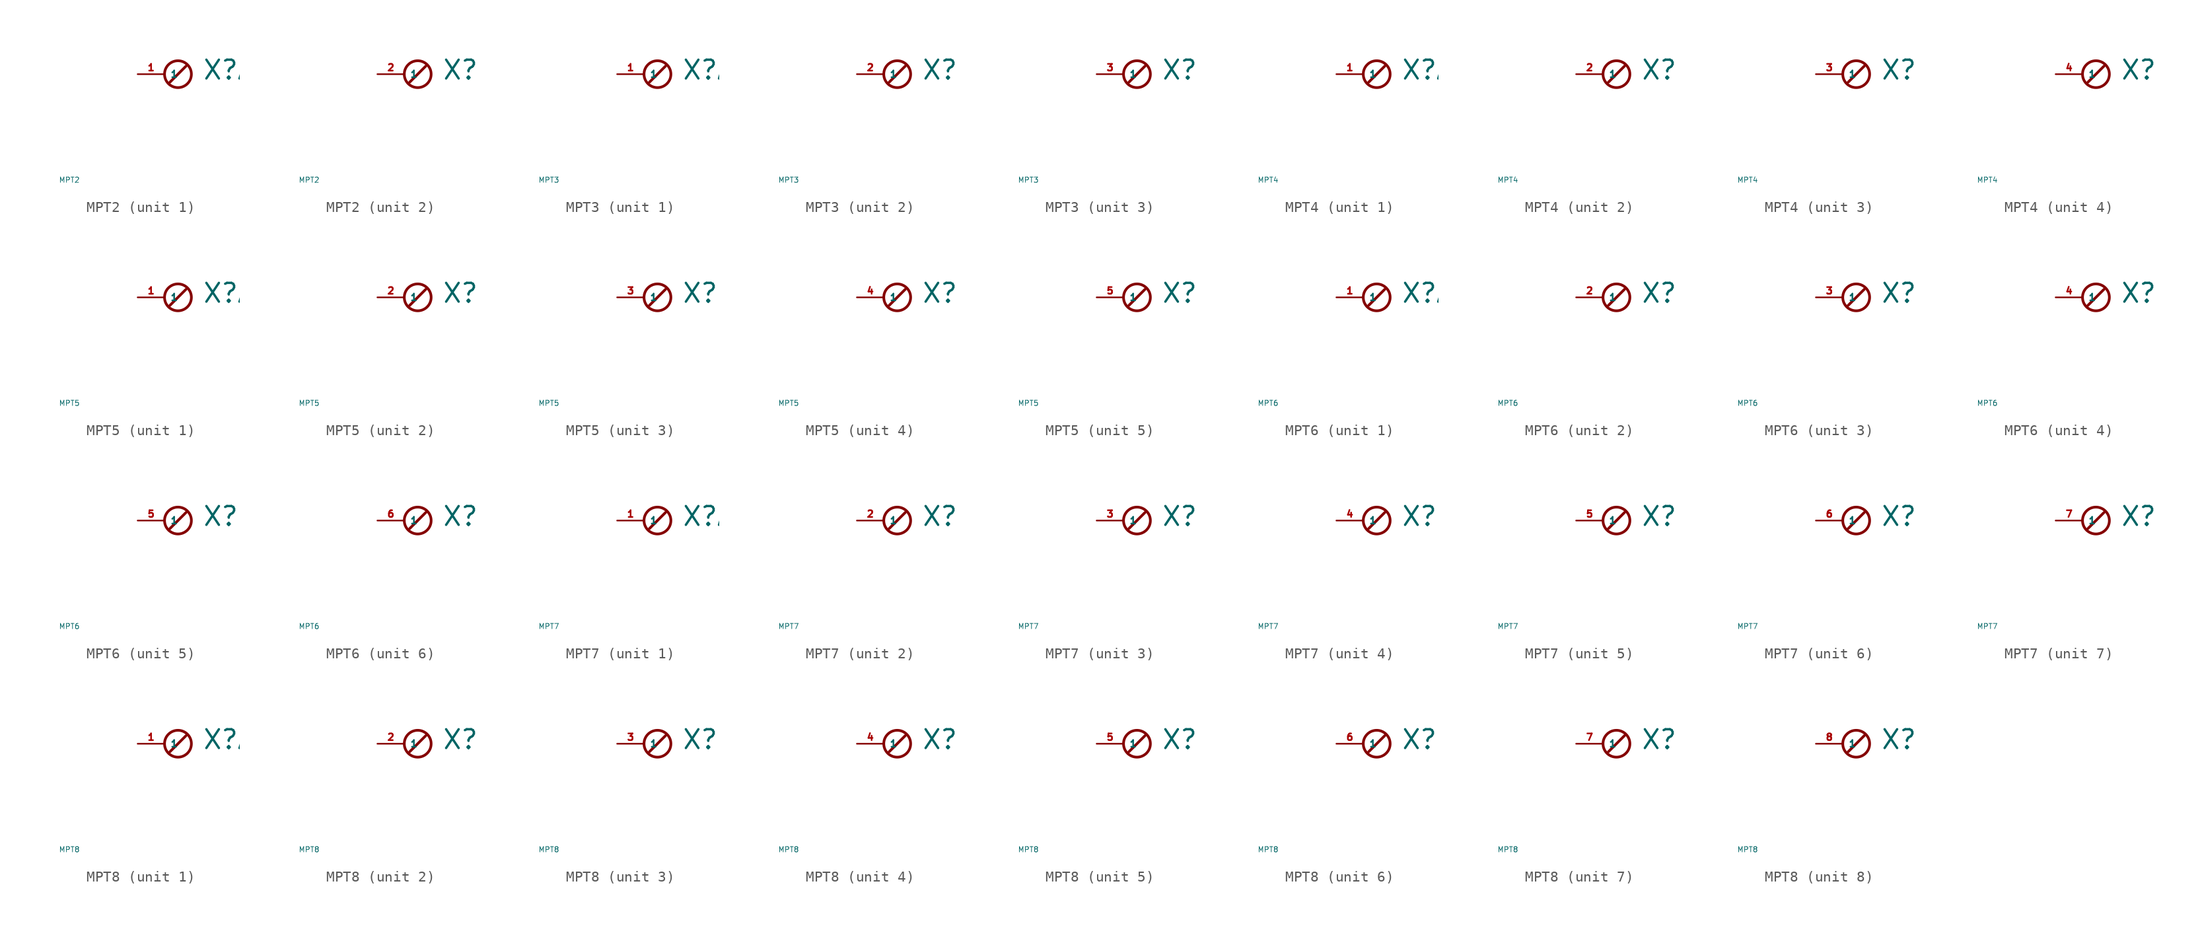
<source format=kicad_sym>
(kicad_symbol_lib
  (version 20220914)
  (generator Eagle2Kicad)
  (symbol "MPT2"
    (property "Reference" "X"
      (at 3.556 -0.635 0)
      (effects (font (size 1.778 1.778) (thickness 0.22)) (justify left bottom)))
    (property "Value" "MPT2"
      (at -10 -10 0)
      (effects (font (size 0.5 0.5) (thickness 0.06)) (justify left)))
    (symbol "MPT2_1_0"
      (polyline (pts (xy 2.032 0.762) (xy 0.508 -0.762)) (stroke (width 0.254) (type default)) (fill (type none)))
      (circle (center 1.27 0) (radius 1.27) (stroke (width 0.254) (type default)) (fill (type none)))
      (pin passive line (at -2.54 0 0) (length 2.54) (name "1" (effects (font (size 0.635 0.635) (thickness 0.08)) (justify left bottom))) (number "1" (effects (font (size 0.635 0.635) (thickness 0.08)) (justify left bottom)))))
    (symbol "MPT2_2_0"
      (polyline (pts (xy 2.032 0.762) (xy 0.508 -0.762)) (stroke (width 0.254) (type default)) (fill (type none)))
      (circle (center 1.27 0) (radius 1.27) (stroke (width 0.254) (type default)) (fill (type none)))
      (pin passive line (at -2.54 0 0) (length 2.54) (name "1" (effects (font (size 0.635 0.635) (thickness 0.08)) (justify left bottom))) (number "2" (effects (font (size 0.635 0.635) (thickness 0.08)) (justify left bottom))))))
  (symbol "MPT3"
    (property "Reference" "X"
      (at 3.556 -0.635 0)
      (effects (font (size 1.778 1.778) (thickness 0.22)) (justify left bottom)))
    (property "Value" "MPT3"
      (at -10 -10 0)
      (effects (font (size 0.5 0.5) (thickness 0.06)) (justify left)))
    (symbol "MPT3_1_0"
      (polyline (pts (xy 2.032 0.762) (xy 0.508 -0.762)) (stroke (width 0.254) (type default)) (fill (type none)))
      (circle (center 1.27 0) (radius 1.27) (stroke (width 0.254) (type default)) (fill (type none)))
      (pin passive line (at -2.54 0 0) (length 2.54) (name "1" (effects (font (size 0.635 0.635) (thickness 0.08)) (justify left bottom))) (number "1" (effects (font (size 0.635 0.635) (thickness 0.08)) (justify left bottom)))))
    (symbol "MPT3_2_0"
      (polyline (pts (xy 2.032 0.762) (xy 0.508 -0.762)) (stroke (width 0.254) (type default)) (fill (type none)))
      (circle (center 1.27 0) (radius 1.27) (stroke (width 0.254) (type default)) (fill (type none)))
      (pin passive line (at -2.54 0 0) (length 2.54) (name "1" (effects (font (size 0.635 0.635) (thickness 0.08)) (justify left bottom))) (number "2" (effects (font (size 0.635 0.635) (thickness 0.08)) (justify left bottom)))))
    (symbol "MPT3_3_0"
      (polyline (pts (xy 2.032 0.762) (xy 0.508 -0.762)) (stroke (width 0.254) (type default)) (fill (type none)))
      (circle (center 1.27 0) (radius 1.27) (stroke (width 0.254) (type default)) (fill (type none)))
      (pin passive line (at -2.54 0 0) (length 2.54) (name "1" (effects (font (size 0.635 0.635) (thickness 0.08)) (justify left bottom))) (number "3" (effects (font (size 0.635 0.635) (thickness 0.08)) (justify left bottom))))))
  (symbol "MPT4"
    (property "Reference" "X"
      (at 3.556 -0.635 0)
      (effects (font (size 1.778 1.778) (thickness 0.22)) (justify left bottom)))
    (property "Value" "MPT4"
      (at -10 -10 0)
      (effects (font (size 0.5 0.5) (thickness 0.06)) (justify left)))
    (symbol "MPT4_1_0"
      (polyline (pts (xy 2.032 0.762) (xy 0.508 -0.762)) (stroke (width 0.254) (type default)) (fill (type none)))
      (circle (center 1.27 0) (radius 1.27) (stroke (width 0.254) (type default)) (fill (type none)))
      (pin passive line (at -2.54 0 0) (length 2.54) (name "1" (effects (font (size 0.635 0.635) (thickness 0.08)) (justify left bottom))) (number "1" (effects (font (size 0.635 0.635) (thickness 0.08)) (justify left bottom)))))
    (symbol "MPT4_2_0"
      (polyline (pts (xy 2.032 0.762) (xy 0.508 -0.762)) (stroke (width 0.254) (type default)) (fill (type none)))
      (circle (center 1.27 0) (radius 1.27) (stroke (width 0.254) (type default)) (fill (type none)))
      (pin passive line (at -2.54 0 0) (length 2.54) (name "1" (effects (font (size 0.635 0.635) (thickness 0.08)) (justify left bottom))) (number "2" (effects (font (size 0.635 0.635) (thickness 0.08)) (justify left bottom)))))
    (symbol "MPT4_3_0"
      (polyline (pts (xy 2.032 0.762) (xy 0.508 -0.762)) (stroke (width 0.254) (type default)) (fill (type none)))
      (circle (center 1.27 0) (radius 1.27) (stroke (width 0.254) (type default)) (fill (type none)))
      (pin passive line (at -2.54 0 0) (length 2.54) (name "1" (effects (font (size 0.635 0.635) (thickness 0.08)) (justify left bottom))) (number "3" (effects (font (size 0.635 0.635) (thickness 0.08)) (justify left bottom)))))
    (symbol "MPT4_4_0"
      (polyline (pts (xy 2.032 0.762) (xy 0.508 -0.762)) (stroke (width 0.254) (type default)) (fill (type none)))
      (circle (center 1.27 0) (radius 1.27) (stroke (width 0.254) (type default)) (fill (type none)))
      (pin passive line (at -2.54 0 0) (length 2.54) (name "1" (effects (font (size 0.635 0.635) (thickness 0.08)) (justify left bottom))) (number "4" (effects (font (size 0.635 0.635) (thickness 0.08)) (justify left bottom))))))
  (symbol "MPT5"
    (property "Reference" "X"
      (at 3.556 -0.635 0)
      (effects (font (size 1.778 1.778) (thickness 0.22)) (justify left bottom)))
    (property "Value" "MPT5"
      (at -10 -10 0)
      (effects (font (size 0.5 0.5) (thickness 0.06)) (justify left)))
    (symbol "MPT5_1_0"
      (polyline (pts (xy 2.032 0.762) (xy 0.508 -0.762)) (stroke (width 0.254) (type default)) (fill (type none)))
      (circle (center 1.27 0) (radius 1.27) (stroke (width 0.254) (type default)) (fill (type none)))
      (pin passive line (at -2.54 0 0) (length 2.54) (name "1" (effects (font (size 0.635 0.635) (thickness 0.08)) (justify left bottom))) (number "1" (effects (font (size 0.635 0.635) (thickness 0.08)) (justify left bottom)))))
    (symbol "MPT5_2_0"
      (polyline (pts (xy 2.032 0.762) (xy 0.508 -0.762)) (stroke (width 0.254) (type default)) (fill (type none)))
      (circle (center 1.27 0) (radius 1.27) (stroke (width 0.254) (type default)) (fill (type none)))
      (pin passive line (at -2.54 0 0) (length 2.54) (name "1" (effects (font (size 0.635 0.635) (thickness 0.08)) (justify left bottom))) (number "2" (effects (font (size 0.635 0.635) (thickness 0.08)) (justify left bottom)))))
    (symbol "MPT5_3_0"
      (polyline (pts (xy 2.032 0.762) (xy 0.508 -0.762)) (stroke (width 0.254) (type default)) (fill (type none)))
      (circle (center 1.27 0) (radius 1.27) (stroke (width 0.254) (type default)) (fill (type none)))
      (pin passive line (at -2.54 0 0) (length 2.54) (name "1" (effects (font (size 0.635 0.635) (thickness 0.08)) (justify left bottom))) (number "3" (effects (font (size 0.635 0.635) (thickness 0.08)) (justify left bottom)))))
    (symbol "MPT5_4_0"
      (polyline (pts (xy 2.032 0.762) (xy 0.508 -0.762)) (stroke (width 0.254) (type default)) (fill (type none)))
      (circle (center 1.27 0) (radius 1.27) (stroke (width 0.254) (type default)) (fill (type none)))
      (pin passive line (at -2.54 0 0) (length 2.54) (name "1" (effects (font (size 0.635 0.635) (thickness 0.08)) (justify left bottom))) (number "4" (effects (font (size 0.635 0.635) (thickness 0.08)) (justify left bottom)))))
    (symbol "MPT5_5_0"
      (polyline (pts (xy 2.032 0.762) (xy 0.508 -0.762)) (stroke (width 0.254) (type default)) (fill (type none)))
      (circle (center 1.27 0) (radius 1.27) (stroke (width 0.254) (type default)) (fill (type none)))
      (pin passive line (at -2.54 0 0) (length 2.54) (name "1" (effects (font (size 0.635 0.635) (thickness 0.08)) (justify left bottom))) (number "5" (effects (font (size 0.635 0.635) (thickness 0.08)) (justify left bottom))))))
  (symbol "MPT6"
    (property "Reference" "X"
      (at 3.556 -0.635 0)
      (effects (font (size 1.778 1.778) (thickness 0.22)) (justify left bottom)))
    (property "Value" "MPT6"
      (at -10 -10 0)
      (effects (font (size 0.5 0.5) (thickness 0.06)) (justify left)))
    (symbol "MPT6_1_0"
      (polyline (pts (xy 2.032 0.762) (xy 0.508 -0.762)) (stroke (width 0.254) (type default)) (fill (type none)))
      (circle (center 1.27 0) (radius 1.27) (stroke (width 0.254) (type default)) (fill (type none)))
      (pin passive line (at -2.54 0 0) (length 2.54) (name "1" (effects (font (size 0.635 0.635) (thickness 0.08)) (justify left bottom))) (number "1" (effects (font (size 0.635 0.635) (thickness 0.08)) (justify left bottom)))))
    (symbol "MPT6_2_0"
      (polyline (pts (xy 2.032 0.762) (xy 0.508 -0.762)) (stroke (width 0.254) (type default)) (fill (type none)))
      (circle (center 1.27 0) (radius 1.27) (stroke (width 0.254) (type default)) (fill (type none)))
      (pin passive line (at -2.54 0 0) (length 2.54) (name "1" (effects (font (size 0.635 0.635) (thickness 0.08)) (justify left bottom))) (number "2" (effects (font (size 0.635 0.635) (thickness 0.08)) (justify left bottom)))))
    (symbol "MPT6_3_0"
      (polyline (pts (xy 2.032 0.762) (xy 0.508 -0.762)) (stroke (width 0.254) (type default)) (fill (type none)))
      (circle (center 1.27 0) (radius 1.27) (stroke (width 0.254) (type default)) (fill (type none)))
      (pin passive line (at -2.54 0 0) (length 2.54) (name "1" (effects (font (size 0.635 0.635) (thickness 0.08)) (justify left bottom))) (number "3" (effects (font (size 0.635 0.635) (thickness 0.08)) (justify left bottom)))))
    (symbol "MPT6_4_0"
      (polyline (pts (xy 2.032 0.762) (xy 0.508 -0.762)) (stroke (width 0.254) (type default)) (fill (type none)))
      (circle (center 1.27 0) (radius 1.27) (stroke (width 0.254) (type default)) (fill (type none)))
      (pin passive line (at -2.54 0 0) (length 2.54) (name "1" (effects (font (size 0.635 0.635) (thickness 0.08)) (justify left bottom))) (number "4" (effects (font (size 0.635 0.635) (thickness 0.08)) (justify left bottom)))))
    (symbol "MPT6_5_0"
      (polyline (pts (xy 2.032 0.762) (xy 0.508 -0.762)) (stroke (width 0.254) (type default)) (fill (type none)))
      (circle (center 1.27 0) (radius 1.27) (stroke (width 0.254) (type default)) (fill (type none)))
      (pin passive line (at -2.54 0 0) (length 2.54) (name "1" (effects (font (size 0.635 0.635) (thickness 0.08)) (justify left bottom))) (number "5" (effects (font (size 0.635 0.635) (thickness 0.08)) (justify left bottom)))))
    (symbol "MPT6_6_0"
      (polyline (pts (xy 2.032 0.762) (xy 0.508 -0.762)) (stroke (width 0.254) (type default)) (fill (type none)))
      (circle (center 1.27 0) (radius 1.27) (stroke (width 0.254) (type default)) (fill (type none)))
      (pin passive line (at -2.54 0 0) (length 2.54) (name "1" (effects (font (size 0.635 0.635) (thickness 0.08)) (justify left bottom))) (number "6" (effects (font (size 0.635 0.635) (thickness 0.08)) (justify left bottom))))))
  (symbol "MPT7"
    (property "Reference" "X"
      (at 3.556 -0.635 0)
      (effects (font (size 1.778 1.778) (thickness 0.22)) (justify left bottom)))
    (property "Value" "MPT7"
      (at -10 -10 0)
      (effects (font (size 0.5 0.5) (thickness 0.06)) (justify left)))
    (symbol "MPT7_1_0"
      (polyline (pts (xy 2.032 0.762) (xy 0.508 -0.762)) (stroke (width 0.254) (type default)) (fill (type none)))
      (circle (center 1.27 0) (radius 1.27) (stroke (width 0.254) (type default)) (fill (type none)))
      (pin passive line (at -2.54 0 0) (length 2.54) (name "1" (effects (font (size 0.635 0.635) (thickness 0.08)) (justify left bottom))) (number "1" (effects (font (size 0.635 0.635) (thickness 0.08)) (justify left bottom)))))
    (symbol "MPT7_2_0"
      (polyline (pts (xy 2.032 0.762) (xy 0.508 -0.762)) (stroke (width 0.254) (type default)) (fill (type none)))
      (circle (center 1.27 0) (radius 1.27) (stroke (width 0.254) (type default)) (fill (type none)))
      (pin passive line (at -2.54 0 0) (length 2.54) (name "1" (effects (font (size 0.635 0.635) (thickness 0.08)) (justify left bottom))) (number "2" (effects (font (size 0.635 0.635) (thickness 0.08)) (justify left bottom)))))
    (symbol "MPT7_3_0"
      (polyline (pts (xy 2.032 0.762) (xy 0.508 -0.762)) (stroke (width 0.254) (type default)) (fill (type none)))
      (circle (center 1.27 0) (radius 1.27) (stroke (width 0.254) (type default)) (fill (type none)))
      (pin passive line (at -2.54 0 0) (length 2.54) (name "1" (effects (font (size 0.635 0.635) (thickness 0.08)) (justify left bottom))) (number "3" (effects (font (size 0.635 0.635) (thickness 0.08)) (justify left bottom)))))
    (symbol "MPT7_4_0"
      (polyline (pts (xy 2.032 0.762) (xy 0.508 -0.762)) (stroke (width 0.254) (type default)) (fill (type none)))
      (circle (center 1.27 0) (radius 1.27) (stroke (width 0.254) (type default)) (fill (type none)))
      (pin passive line (at -2.54 0 0) (length 2.54) (name "1" (effects (font (size 0.635 0.635) (thickness 0.08)) (justify left bottom))) (number "4" (effects (font (size 0.635 0.635) (thickness 0.08)) (justify left bottom)))))
    (symbol "MPT7_5_0"
      (polyline (pts (xy 2.032 0.762) (xy 0.508 -0.762)) (stroke (width 0.254) (type default)) (fill (type none)))
      (circle (center 1.27 0) (radius 1.27) (stroke (width 0.254) (type default)) (fill (type none)))
      (pin passive line (at -2.54 0 0) (length 2.54) (name "1" (effects (font (size 0.635 0.635) (thickness 0.08)) (justify left bottom))) (number "5" (effects (font (size 0.635 0.635) (thickness 0.08)) (justify left bottom)))))
    (symbol "MPT7_6_0"
      (polyline (pts (xy 2.032 0.762) (xy 0.508 -0.762)) (stroke (width 0.254) (type default)) (fill (type none)))
      (circle (center 1.27 0) (radius 1.27) (stroke (width 0.254) (type default)) (fill (type none)))
      (pin passive line (at -2.54 0 0) (length 2.54) (name "1" (effects (font (size 0.635 0.635) (thickness 0.08)) (justify left bottom))) (number "6" (effects (font (size 0.635 0.635) (thickness 0.08)) (justify left bottom)))))
    (symbol "MPT7_7_0"
      (polyline (pts (xy 2.032 0.762) (xy 0.508 -0.762)) (stroke (width 0.254) (type default)) (fill (type none)))
      (circle (center 1.27 0) (radius 1.27) (stroke (width 0.254) (type default)) (fill (type none)))
      (pin passive line (at -2.54 0 0) (length 2.54) (name "1" (effects (font (size 0.635 0.635) (thickness 0.08)) (justify left bottom))) (number "7" (effects (font (size 0.635 0.635) (thickness 0.08)) (justify left bottom))))))
  (symbol "MPT8"
    (property "Reference" "X"
      (at 3.556 -0.635 0)
      (effects (font (size 1.778 1.778) (thickness 0.22)) (justify left bottom)))
    (property "Value" "MPT8"
      (at -10 -10 0)
      (effects (font (size 0.5 0.5) (thickness 0.06)) (justify left)))
    (symbol "MPT8_1_0"
      (polyline (pts (xy 2.032 0.762) (xy 0.508 -0.762)) (stroke (width 0.254) (type default)) (fill (type none)))
      (circle (center 1.27 0) (radius 1.27) (stroke (width 0.254) (type default)) (fill (type none)))
      (pin passive line (at -2.54 0 0) (length 2.54) (name "1" (effects (font (size 0.635 0.635) (thickness 0.08)) (justify left bottom))) (number "1" (effects (font (size 0.635 0.635) (thickness 0.08)) (justify left bottom)))))
    (symbol "MPT8_2_0"
      (polyline (pts (xy 2.032 0.762) (xy 0.508 -0.762)) (stroke (width 0.254) (type default)) (fill (type none)))
      (circle (center 1.27 0) (radius 1.27) (stroke (width 0.254) (type default)) (fill (type none)))
      (pin passive line (at -2.54 0 0) (length 2.54) (name "1" (effects (font (size 0.635 0.635) (thickness 0.08)) (justify left bottom))) (number "2" (effects (font (size 0.635 0.635) (thickness 0.08)) (justify left bottom)))))
    (symbol "MPT8_3_0"
      (polyline (pts (xy 2.032 0.762) (xy 0.508 -0.762)) (stroke (width 0.254) (type default)) (fill (type none)))
      (circle (center 1.27 0) (radius 1.27) (stroke (width 0.254) (type default)) (fill (type none)))
      (pin passive line (at -2.54 0 0) (length 2.54) (name "1" (effects (font (size 0.635 0.635) (thickness 0.08)) (justify left bottom))) (number "3" (effects (font (size 0.635 0.635) (thickness 0.08)) (justify left bottom)))))
    (symbol "MPT8_4_0"
      (polyline (pts (xy 2.032 0.762) (xy 0.508 -0.762)) (stroke (width 0.254) (type default)) (fill (type none)))
      (circle (center 1.27 0) (radius 1.27) (stroke (width 0.254) (type default)) (fill (type none)))
      (pin passive line (at -2.54 0 0) (length 2.54) (name "1" (effects (font (size 0.635 0.635) (thickness 0.08)) (justify left bottom))) (number "4" (effects (font (size 0.635 0.635) (thickness 0.08)) (justify left bottom)))))
    (symbol "MPT8_5_0"
      (polyline (pts (xy 2.032 0.762) (xy 0.508 -0.762)) (stroke (width 0.254) (type default)) (fill (type none)))
      (circle (center 1.27 0) (radius 1.27) (stroke (width 0.254) (type default)) (fill (type none)))
      (pin passive line (at -2.54 0 0) (length 2.54) (name "1" (effects (font (size 0.635 0.635) (thickness 0.08)) (justify left bottom))) (number "5" (effects (font (size 0.635 0.635) (thickness 0.08)) (justify left bottom)))))
    (symbol "MPT8_6_0"
      (polyline (pts (xy 2.032 0.762) (xy 0.508 -0.762)) (stroke (width 0.254) (type default)) (fill (type none)))
      (circle (center 1.27 0) (radius 1.27) (stroke (width 0.254) (type default)) (fill (type none)))
      (pin passive line (at -2.54 0 0) (length 2.54) (name "1" (effects (font (size 0.635 0.635) (thickness 0.08)) (justify left bottom))) (number "6" (effects (font (size 0.635 0.635) (thickness 0.08)) (justify left bottom)))))
    (symbol "MPT8_7_0"
      (polyline (pts (xy 2.032 0.762) (xy 0.508 -0.762)) (stroke (width 0.254) (type default)) (fill (type none)))
      (circle (center 1.27 0) (radius 1.27) (stroke (width 0.254) (type default)) (fill (type none)))
      (pin passive line (at -2.54 0 0) (length 2.54) (name "1" (effects (font (size 0.635 0.635) (thickness 0.08)) (justify left bottom))) (number "7" (effects (font (size 0.635 0.635) (thickness 0.08)) (justify left bottom)))))
    (symbol "MPT8_8_0"
      (polyline (pts (xy 2.032 0.762) (xy 0.508 -0.762)) (stroke (width 0.254) (type default)) (fill (type none)))
      (circle (center 1.27 0) (radius 1.27) (stroke (width 0.254) (type default)) (fill (type none)))
      (pin passive line (at -2.54 0 0) (length 2.54) (name "1" (effects (font (size 0.635 0.635) (thickness 0.08)) (justify left bottom))) (number "8" (effects (font (size 0.635 0.635) (thickness 0.08)) (justify left bottom)))))))
</source>
